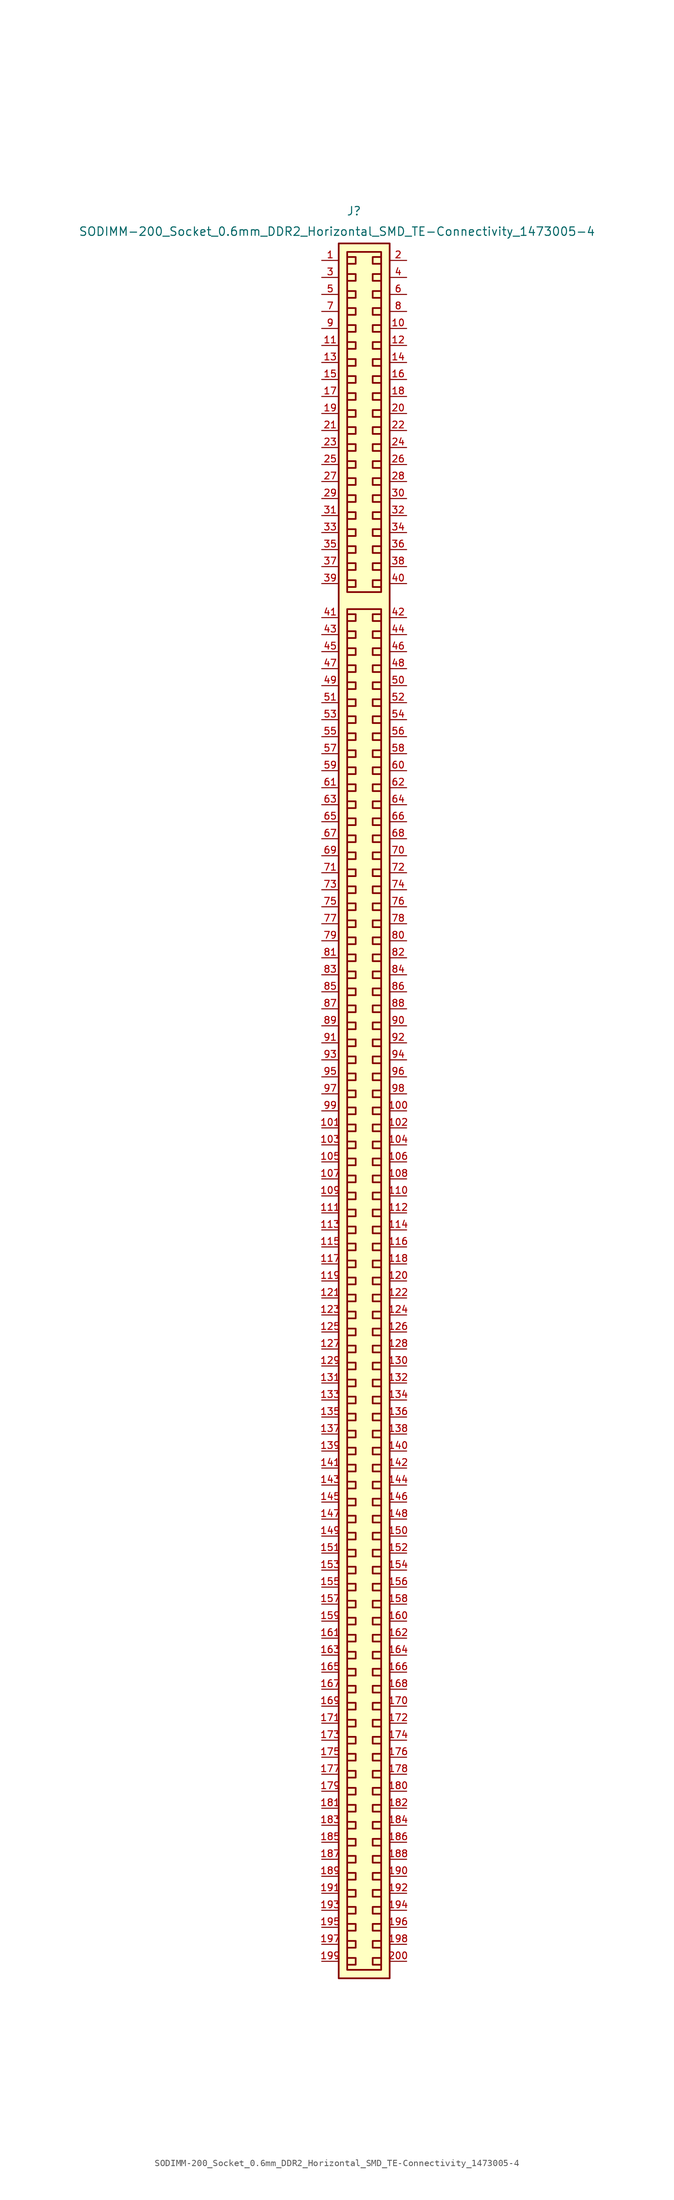
<source format=kicad_sym>
(kicad_symbol_lib
  (version 20211014)
  (generator kicad_symbol_editor)
  (symbol "SODIMM-200_Socket_0.6mm_DDR2_Horizontal_SMD_TE-Connectivity_1473005-4"
    (pin_names
      (offset 1.27) hide)
    (property "Reference" "J"
      (at -5.334 68.326 0)
      (effects (font (size 1.27 1.27))))
    (property "Value" "SODIMM-200_Socket_0.6mm_DDR2_Horizontal_SMD_TE-Connectivity_1473005-4"
      (at -7.874 65.278 0)
      (effects (font (size 1.27 1.27))))
    (symbol "SODIMM-200_Socket_0.6mm_DDR2_Horizontal_SMD_TE-Connectivity_1473005-4_1_1"
      (rectangle (start -6.35 8.89) (end -1.27 -194.31) (stroke (width 0.254) (type default) (color 0 0 0 0)) (fill (type none)))
      (rectangle (start -6.35 62.23) (end -1.27 11.43) (stroke (width 0.254) (type default) (color 0 0 0 0)) (fill (type none)))
      (rectangle (start 0 -195.58) (end -7.62 63.5) (stroke (width 0.254) (type default) (color 0 0 0 0)) (fill (type background)))
      (polyline (pts (xy -6.35 -192.532) (xy -5.08 -192.532) (xy -5.08 -193.548) (xy -6.35 -193.548)) (stroke (width 0.254) (type default) (color 0 0 0 0)) (fill (type none)))
      (polyline (pts (xy -6.35 -189.992) (xy -5.08 -189.992) (xy -5.08 -191.008) (xy -6.35 -191.008)) (stroke (width 0.254) (type default) (color 0 0 0 0)) (fill (type none)))
      (polyline (pts (xy -6.35 -187.452) (xy -5.08 -187.452) (xy -5.08 -188.468) (xy -6.35 -188.468)) (stroke (width 0.254) (type default) (color 0 0 0 0)) (fill (type none)))
      (polyline (pts (xy -6.35 -184.912) (xy -5.08 -184.912) (xy -5.08 -185.928) (xy -6.35 -185.928)) (stroke (width 0.254) (type default) (color 0 0 0 0)) (fill (type none)))
      (polyline (pts (xy -6.35 -182.372) (xy -5.08 -182.372) (xy -5.08 -183.388) (xy -6.35 -183.388)) (stroke (width 0.254) (type default) (color 0 0 0 0)) (fill (type none)))
      (polyline (pts (xy -6.35 -179.832) (xy -5.08 -179.832) (xy -5.08 -180.848) (xy -6.35 -180.848)) (stroke (width 0.254) (type default) (color 0 0 0 0)) (fill (type none)))
      (polyline (pts (xy -6.35 -177.292) (xy -5.08 -177.292) (xy -5.08 -178.308) (xy -6.35 -178.308)) (stroke (width 0.254) (type default) (color 0 0 0 0)) (fill (type none)))
      (polyline (pts (xy -6.35 -174.752) (xy -5.08 -174.752) (xy -5.08 -175.768) (xy -6.35 -175.768)) (stroke (width 0.254) (type default) (color 0 0 0 0)) (fill (type none)))
      (polyline (pts (xy -6.35 -172.212) (xy -5.08 -172.212) (xy -5.08 -173.228) (xy -6.35 -173.228)) (stroke (width 0.254) (type default) (color 0 0 0 0)) (fill (type none)))
      (polyline (pts (xy -6.35 -169.672) (xy -5.08 -169.672) (xy -5.08 -170.688) (xy -6.35 -170.688)) (stroke (width 0.254) (type default) (color 0 0 0 0)) (fill (type none)))
      (polyline (pts (xy -6.35 -167.132) (xy -5.08 -167.132) (xy -5.08 -168.148) (xy -6.35 -168.148)) (stroke (width 0.254) (type default) (color 0 0 0 0)) (fill (type none)))
      (polyline (pts (xy -6.35 -164.592) (xy -5.08 -164.592) (xy -5.08 -165.608) (xy -6.35 -165.608)) (stroke (width 0.254) (type default) (color 0 0 0 0)) (fill (type none)))
      (polyline (pts (xy -6.35 -162.052) (xy -5.08 -162.052) (xy -5.08 -163.068) (xy -6.35 -163.068)) (stroke (width 0.254) (type default) (color 0 0 0 0)) (fill (type none)))
      (polyline (pts (xy -6.35 -159.512) (xy -5.08 -159.512) (xy -5.08 -160.528) (xy -6.35 -160.528)) (stroke (width 0.254) (type default) (color 0 0 0 0)) (fill (type none)))
      (polyline (pts (xy -6.35 -156.972) (xy -5.08 -156.972) (xy -5.08 -157.988) (xy -6.35 -157.988)) (stroke (width 0.254) (type default) (color 0 0 0 0)) (fill (type none)))
      (polyline (pts (xy -6.35 -154.432) (xy -5.08 -154.432) (xy -5.08 -155.448) (xy -6.35 -155.448)) (stroke (width 0.254) (type default) (color 0 0 0 0)) (fill (type none)))
      (polyline (pts (xy -6.35 -151.892) (xy -5.08 -151.892) (xy -5.08 -152.908) (xy -6.35 -152.908)) (stroke (width 0.254) (type default) (color 0 0 0 0)) (fill (type none)))
      (polyline (pts (xy -6.35 -149.352) (xy -5.08 -149.352) (xy -5.08 -150.368) (xy -6.35 -150.368)) (stroke (width 0.254) (type default) (color 0 0 0 0)) (fill (type none)))
      (polyline (pts (xy -6.35 -146.812) (xy -5.08 -146.812) (xy -5.08 -147.828) (xy -6.35 -147.828)) (stroke (width 0.254) (type default) (color 0 0 0 0)) (fill (type none)))
      (polyline (pts (xy -6.35 -144.272) (xy -5.08 -144.272) (xy -5.08 -145.288) (xy -6.35 -145.288)) (stroke (width 0.254) (type default) (color 0 0 0 0)) (fill (type none)))
      (polyline (pts (xy -6.35 -141.732) (xy -5.08 -141.732) (xy -5.08 -142.748) (xy -6.35 -142.748)) (stroke (width 0.254) (type default) (color 0 0 0 0)) (fill (type none)))
      (polyline (pts (xy -6.35 -139.192) (xy -5.08 -139.192) (xy -5.08 -140.208) (xy -6.35 -140.208)) (stroke (width 0.254) (type default) (color 0 0 0 0)) (fill (type none)))
      (polyline (pts (xy -6.35 -136.652) (xy -5.08 -136.652) (xy -5.08 -137.668) (xy -6.35 -137.668)) (stroke (width 0.254) (type default) (color 0 0 0 0)) (fill (type none)))
      (polyline (pts (xy -6.35 -134.112) (xy -5.08 -134.112) (xy -5.08 -135.128) (xy -6.35 -135.128)) (stroke (width 0.254) (type default) (color 0 0 0 0)) (fill (type none)))
      (polyline (pts (xy -6.35 -131.572) (xy -5.08 -131.572) (xy -5.08 -132.588) (xy -6.35 -132.588)) (stroke (width 0.254) (type default) (color 0 0 0 0)) (fill (type none)))
      (polyline (pts (xy -6.35 -129.032) (xy -5.08 -129.032) (xy -5.08 -130.048) (xy -6.35 -130.048)) (stroke (width 0.254) (type default) (color 0 0 0 0)) (fill (type none)))
      (polyline (pts (xy -6.35 -126.492) (xy -5.08 -126.492) (xy -5.08 -127.508) (xy -6.35 -127.508)) (stroke (width 0.254) (type default) (color 0 0 0 0)) (fill (type none)))
      (polyline (pts (xy -6.35 -123.952) (xy -5.08 -123.952) (xy -5.08 -124.968) (xy -6.35 -124.968)) (stroke (width 0.254) (type default) (color 0 0 0 0)) (fill (type none)))
      (polyline (pts (xy -6.35 -121.412) (xy -5.08 -121.412) (xy -5.08 -122.428) (xy -6.35 -122.428)) (stroke (width 0.254) (type default) (color 0 0 0 0)) (fill (type none)))
      (polyline (pts (xy -6.35 -118.872) (xy -5.08 -118.872) (xy -5.08 -119.888) (xy -6.35 -119.888)) (stroke (width 0.254) (type default) (color 0 0 0 0)) (fill (type none)))
      (polyline (pts (xy -6.35 -116.332) (xy -5.08 -116.332) (xy -5.08 -117.348) (xy -6.35 -117.348)) (stroke (width 0.254) (type default) (color 0 0 0 0)) (fill (type none)))
      (polyline (pts (xy -6.35 -113.792) (xy -5.08 -113.792) (xy -5.08 -114.808) (xy -6.35 -114.808)) (stroke (width 0.254) (type default) (color 0 0 0 0)) (fill (type none)))
      (polyline (pts (xy -6.35 -111.252) (xy -5.08 -111.252) (xy -5.08 -112.268) (xy -6.35 -112.268)) (stroke (width 0.254) (type default) (color 0 0 0 0)) (fill (type none)))
      (polyline (pts (xy -6.35 -108.712) (xy -5.08 -108.712) (xy -5.08 -109.728) (xy -6.35 -109.728)) (stroke (width 0.254) (type default) (color 0 0 0 0)) (fill (type none)))
      (polyline (pts (xy -6.35 -106.172) (xy -5.08 -106.172) (xy -5.08 -107.188) (xy -6.35 -107.188)) (stroke (width 0.254) (type default) (color 0 0 0 0)) (fill (type none)))
      (polyline (pts (xy -6.35 -103.632) (xy -5.08 -103.632) (xy -5.08 -104.648) (xy -6.35 -104.648)) (stroke (width 0.254) (type default) (color 0 0 0 0)) (fill (type none)))
      (polyline (pts (xy -6.35 -101.092) (xy -5.08 -101.092) (xy -5.08 -102.108) (xy -6.35 -102.108)) (stroke (width 0.254) (type default) (color 0 0 0 0)) (fill (type none)))
      (polyline (pts (xy -6.35 -98.552) (xy -5.08 -98.552) (xy -5.08 -99.568) (xy -6.35 -99.568)) (stroke (width 0.254) (type default) (color 0 0 0 0)) (fill (type none)))
      (polyline (pts (xy -6.35 -96.012) (xy -5.08 -96.012) (xy -5.08 -97.028) (xy -6.35 -97.028)) (stroke (width 0.254) (type default) (color 0 0 0 0)) (fill (type none)))
      (polyline (pts (xy -6.35 -93.472) (xy -5.08 -93.472) (xy -5.08 -94.488) (xy -6.35 -94.488)) (stroke (width 0.254) (type default) (color 0 0 0 0)) (fill (type none)))
      (polyline (pts (xy -6.35 -90.932) (xy -5.08 -90.932) (xy -5.08 -91.948) (xy -6.35 -91.948)) (stroke (width 0.254) (type default) (color 0 0 0 0)) (fill (type none)))
      (polyline (pts (xy -6.35 -88.392) (xy -5.08 -88.392) (xy -5.08 -89.408) (xy -6.35 -89.408)) (stroke (width 0.254) (type default) (color 0 0 0 0)) (fill (type none)))
      (polyline (pts (xy -6.35 -85.852) (xy -5.08 -85.852) (xy -5.08 -86.868) (xy -6.35 -86.868)) (stroke (width 0.254) (type default) (color 0 0 0 0)) (fill (type none)))
      (polyline (pts (xy -6.35 -83.312) (xy -5.08 -83.312) (xy -5.08 -84.328) (xy -6.35 -84.328)) (stroke (width 0.254) (type default) (color 0 0 0 0)) (fill (type none)))
      (polyline (pts (xy -6.35 -80.772) (xy -5.08 -80.772) (xy -5.08 -81.788) (xy -6.35 -81.788)) (stroke (width 0.254) (type default) (color 0 0 0 0)) (fill (type none)))
      (polyline (pts (xy -6.35 -78.232) (xy -5.08 -78.232) (xy -5.08 -79.248) (xy -6.35 -79.248)) (stroke (width 0.254) (type default) (color 0 0 0 0)) (fill (type none)))
      (polyline (pts (xy -6.35 -75.692) (xy -5.08 -75.692) (xy -5.08 -76.708) (xy -6.35 -76.708)) (stroke (width 0.254) (type default) (color 0 0 0 0)) (fill (type none)))
      (polyline (pts (xy -6.35 -73.152) (xy -5.08 -73.152) (xy -5.08 -74.168) (xy -6.35 -74.168)) (stroke (width 0.254) (type default) (color 0 0 0 0)) (fill (type none)))
      (polyline (pts (xy -6.35 -70.612) (xy -5.08 -70.612) (xy -5.08 -71.628) (xy -6.35 -71.628)) (stroke (width 0.254) (type default) (color 0 0 0 0)) (fill (type none)))
      (polyline (pts (xy -6.35 -68.072) (xy -5.08 -68.072) (xy -5.08 -69.088) (xy -6.35 -69.088)) (stroke (width 0.254) (type default) (color 0 0 0 0)) (fill (type none)))
      (polyline (pts (xy -6.35 -65.532) (xy -5.08 -65.532) (xy -5.08 -66.548) (xy -6.35 -66.548)) (stroke (width 0.254) (type default) (color 0 0 0 0)) (fill (type none)))
      (polyline (pts (xy -6.35 -62.992) (xy -5.08 -62.992) (xy -5.08 -64.008) (xy -6.35 -64.008)) (stroke (width 0.254) (type default) (color 0 0 0 0)) (fill (type none)))
      (polyline (pts (xy -6.35 -60.452) (xy -5.08 -60.452) (xy -5.08 -61.468) (xy -6.35 -61.468)) (stroke (width 0.254) (type default) (color 0 0 0 0)) (fill (type none)))
      (polyline (pts (xy -6.35 -57.912) (xy -5.08 -57.912) (xy -5.08 -58.928) (xy -6.35 -58.928)) (stroke (width 0.254) (type default) (color 0 0 0 0)) (fill (type none)))
      (polyline (pts (xy -6.35 -55.372) (xy -5.08 -55.372) (xy -5.08 -56.388) (xy -6.35 -56.388)) (stroke (width 0.254) (type default) (color 0 0 0 0)) (fill (type none)))
      (polyline (pts (xy -6.35 -52.832) (xy -5.08 -52.832) (xy -5.08 -53.848) (xy -6.35 -53.848)) (stroke (width 0.254) (type default) (color 0 0 0 0)) (fill (type none)))
      (polyline (pts (xy -6.35 -50.292) (xy -5.08 -50.292) (xy -5.08 -51.308) (xy -6.35 -51.308)) (stroke (width 0.254) (type default) (color 0 0 0 0)) (fill (type none)))
      (polyline (pts (xy -6.35 -47.752) (xy -5.08 -47.752) (xy -5.08 -48.768) (xy -6.35 -48.768)) (stroke (width 0.254) (type default) (color 0 0 0 0)) (fill (type none)))
      (polyline (pts (xy -6.35 -45.212) (xy -5.08 -45.212) (xy -5.08 -46.228) (xy -6.35 -46.228)) (stroke (width 0.254) (type default) (color 0 0 0 0)) (fill (type none)))
      (polyline (pts (xy -6.35 -42.672) (xy -5.08 -42.672) (xy -5.08 -43.688) (xy -6.35 -43.688)) (stroke (width 0.254) (type default) (color 0 0 0 0)) (fill (type none)))
      (polyline (pts (xy -6.35 -40.132) (xy -5.08 -40.132) (xy -5.08 -41.148) (xy -6.35 -41.148)) (stroke (width 0.254) (type default) (color 0 0 0 0)) (fill (type none)))
      (polyline (pts (xy -6.35 -37.592) (xy -5.08 -37.592) (xy -5.08 -38.608) (xy -6.35 -38.608)) (stroke (width 0.254) (type default) (color 0 0 0 0)) (fill (type none)))
      (polyline (pts (xy -6.35 -35.052) (xy -5.08 -35.052) (xy -5.08 -36.068) (xy -6.35 -36.068)) (stroke (width 0.254) (type default) (color 0 0 0 0)) (fill (type none)))
      (polyline (pts (xy -6.35 -32.512) (xy -5.08 -32.512) (xy -5.08 -33.528) (xy -6.35 -33.528)) (stroke (width 0.254) (type default) (color 0 0 0 0)) (fill (type none)))
      (polyline (pts (xy -6.35 -29.972) (xy -5.08 -29.972) (xy -5.08 -30.988) (xy -6.35 -30.988)) (stroke (width 0.254) (type default) (color 0 0 0 0)) (fill (type none)))
      (polyline (pts (xy -6.35 -27.432) (xy -5.08 -27.432) (xy -5.08 -28.448) (xy -6.35 -28.448)) (stroke (width 0.254) (type default) (color 0 0 0 0)) (fill (type none)))
      (polyline (pts (xy -6.35 -24.892) (xy -5.08 -24.892) (xy -5.08 -25.908) (xy -6.35 -25.908)) (stroke (width 0.254) (type default) (color 0 0 0 0)) (fill (type none)))
      (polyline (pts (xy -6.35 -22.352) (xy -5.08 -22.352) (xy -5.08 -23.368) (xy -6.35 -23.368)) (stroke (width 0.254) (type default) (color 0 0 0 0)) (fill (type none)))
      (polyline (pts (xy -6.35 -19.812) (xy -5.08 -19.812) (xy -5.08 -20.828) (xy -6.35 -20.828)) (stroke (width 0.254) (type default) (color 0 0 0 0)) (fill (type none)))
      (polyline (pts (xy -6.35 -17.272) (xy -5.08 -17.272) (xy -5.08 -18.288) (xy -6.35 -18.288)) (stroke (width 0.254) (type default) (color 0 0 0 0)) (fill (type none)))
      (polyline (pts (xy -6.35 -14.732) (xy -5.08 -14.732) (xy -5.08 -15.748) (xy -6.35 -15.748)) (stroke (width 0.254) (type default) (color 0 0 0 0)) (fill (type none)))
      (polyline (pts (xy -6.35 -12.192) (xy -5.08 -12.192) (xy -5.08 -13.208) (xy -6.35 -13.208)) (stroke (width 0.254) (type default) (color 0 0 0 0)) (fill (type none)))
      (polyline (pts (xy -6.35 -9.652) (xy -5.08 -9.652) (xy -5.08 -10.668) (xy -6.35 -10.668)) (stroke (width 0.254) (type default) (color 0 0 0 0)) (fill (type none)))
      (polyline (pts (xy -6.35 -7.112) (xy -5.08 -7.112) (xy -5.08 -8.128) (xy -6.35 -8.128)) (stroke (width 0.254) (type default) (color 0 0 0 0)) (fill (type none)))
      (polyline (pts (xy -6.35 -4.572) (xy -5.08 -4.572) (xy -5.08 -5.588) (xy -6.35 -5.588)) (stroke (width 0.254) (type default) (color 0 0 0 0)) (fill (type none)))
      (polyline (pts (xy -6.35 -2.032) (xy -5.08 -2.032) (xy -5.08 -3.048) (xy -6.35 -3.048)) (stroke (width 0.254) (type default) (color 0 0 0 0)) (fill (type none)))
      (polyline (pts (xy -6.35 0.508) (xy -5.08 0.508) (xy -5.08 -0.508) (xy -6.35 -0.508)) (stroke (width 0.254) (type default) (color 0 0 0 0)) (fill (type none)))
      (polyline (pts (xy -6.35 3.048) (xy -5.08 3.048) (xy -5.08 2.032) (xy -6.35 2.032)) (stroke (width 0.254) (type default) (color 0 0 0 0)) (fill (type none)))
      (polyline (pts (xy -6.35 5.588) (xy -5.08 5.588) (xy -5.08 4.572) (xy -6.35 4.572)) (stroke (width 0.254) (type default) (color 0 0 0 0)) (fill (type none)))
      (polyline (pts (xy -6.35 8.128) (xy -5.08 8.128) (xy -5.08 7.112) (xy -6.35 7.112)) (stroke (width 0.254) (type default) (color 0 0 0 0)) (fill (type none)))
      (polyline (pts (xy -6.35 13.208) (xy -5.08 13.208) (xy -5.08 12.192) (xy -6.35 12.192)) (stroke (width 0.254) (type default) (color 0 0 0 0)) (fill (type none)))
      (polyline (pts (xy -6.35 15.748) (xy -5.08 15.748) (xy -5.08 14.732) (xy -6.35 14.732)) (stroke (width 0.254) (type default) (color 0 0 0 0)) (fill (type none)))
      (polyline (pts (xy -6.35 18.288) (xy -5.08 18.288) (xy -5.08 17.272) (xy -6.35 17.272)) (stroke (width 0.254) (type default) (color 0 0 0 0)) (fill (type none)))
      (polyline (pts (xy -6.35 20.828) (xy -5.08 20.828) (xy -5.08 19.812) (xy -6.35 19.812)) (stroke (width 0.254) (type default) (color 0 0 0 0)) (fill (type none)))
      (polyline (pts (xy -6.35 23.368) (xy -5.08 23.368) (xy -5.08 22.352) (xy -6.35 22.352)) (stroke (width 0.254) (type default) (color 0 0 0 0)) (fill (type none)))
      (polyline (pts (xy -6.35 25.908) (xy -5.08 25.908) (xy -5.08 24.892) (xy -6.35 24.892)) (stroke (width 0.254) (type default) (color 0 0 0 0)) (fill (type none)))
      (polyline (pts (xy -6.35 28.448) (xy -5.08 28.448) (xy -5.08 27.432) (xy -6.35 27.432)) (stroke (width 0.254) (type default) (color 0 0 0 0)) (fill (type none)))
      (polyline (pts (xy -6.35 30.988) (xy -5.08 30.988) (xy -5.08 29.972) (xy -6.35 29.972)) (stroke (width 0.254) (type default) (color 0 0 0 0)) (fill (type none)))
      (polyline (pts (xy -6.35 33.528) (xy -5.08 33.528) (xy -5.08 32.512) (xy -6.35 32.512)) (stroke (width 0.254) (type default) (color 0 0 0 0)) (fill (type none)))
      (polyline (pts (xy -6.35 36.068) (xy -5.08 36.068) (xy -5.08 35.052) (xy -6.35 35.052)) (stroke (width 0.254) (type default) (color 0 0 0 0)) (fill (type none)))
      (polyline (pts (xy -6.35 38.608) (xy -5.08 38.608) (xy -5.08 37.592) (xy -6.35 37.592)) (stroke (width 0.254) (type default) (color 0 0 0 0)) (fill (type none)))
      (polyline (pts (xy -6.35 41.148) (xy -5.08 41.148) (xy -5.08 40.132) (xy -6.35 40.132)) (stroke (width 0.254) (type default) (color 0 0 0 0)) (fill (type none)))
      (polyline (pts (xy -6.35 43.688) (xy -5.08 43.688) (xy -5.08 42.672) (xy -6.35 42.672)) (stroke (width 0.254) (type default) (color 0 0 0 0)) (fill (type none)))
      (polyline (pts (xy -6.35 46.228) (xy -5.08 46.228) (xy -5.08 45.212) (xy -6.35 45.212)) (stroke (width 0.254) (type default) (color 0 0 0 0)) (fill (type none)))
      (polyline (pts (xy -6.35 48.768) (xy -5.08 48.768) (xy -5.08 47.752) (xy -6.35 47.752)) (stroke (width 0.254) (type default) (color 0 0 0 0)) (fill (type none)))
      (polyline (pts (xy -6.35 51.308) (xy -5.08 51.308) (xy -5.08 50.292) (xy -6.35 50.292)) (stroke (width 0.254) (type default) (color 0 0 0 0)) (fill (type none)))
      (polyline (pts (xy -6.35 53.848) (xy -5.08 53.848) (xy -5.08 52.832) (xy -6.35 52.832)) (stroke (width 0.254) (type default) (color 0 0 0 0)) (fill (type none)))
      (polyline (pts (xy -6.35 56.388) (xy -5.08 56.388) (xy -5.08 55.372) (xy -6.35 55.372)) (stroke (width 0.254) (type default) (color 0 0 0 0)) (fill (type none)))
      (polyline (pts (xy -6.35 58.928) (xy -5.08 58.928) (xy -5.08 57.912) (xy -6.35 57.912)) (stroke (width 0.254) (type default) (color 0 0 0 0)) (fill (type none)))
      (polyline (pts (xy -6.35 61.468) (xy -5.08 61.468) (xy -5.08 60.452) (xy -6.35 60.452)) (stroke (width 0.254) (type default) (color 0 0 0 0)) (fill (type none)))
      (polyline (pts (xy -1.27 -192.532) (xy -2.54 -192.532) (xy -2.54 -193.548) (xy -1.27 -193.548)) (stroke (width 0.254) (type default) (color 0 0 0 0)) (fill (type none)))
      (polyline (pts (xy -1.27 -189.992) (xy -2.54 -189.992) (xy -2.54 -191.008) (xy -1.27 -191.008)) (stroke (width 0.254) (type default) (color 0 0 0 0)) (fill (type none)))
      (polyline (pts (xy -1.27 -187.452) (xy -2.54 -187.452) (xy -2.54 -188.468) (xy -1.27 -188.468)) (stroke (width 0.254) (type default) (color 0 0 0 0)) (fill (type none)))
      (polyline (pts (xy -1.27 -184.912) (xy -2.54 -184.912) (xy -2.54 -185.928) (xy -1.27 -185.928)) (stroke (width 0.254) (type default) (color 0 0 0 0)) (fill (type none)))
      (polyline (pts (xy -1.27 -182.372) (xy -2.54 -182.372) (xy -2.54 -183.388) (xy -1.27 -183.388)) (stroke (width 0.254) (type default) (color 0 0 0 0)) (fill (type none)))
      (polyline (pts (xy -1.27 -179.832) (xy -2.54 -179.832) (xy -2.54 -180.848) (xy -1.27 -180.848)) (stroke (width 0.254) (type default) (color 0 0 0 0)) (fill (type none)))
      (polyline (pts (xy -1.27 -177.292) (xy -2.54 -177.292) (xy -2.54 -178.308) (xy -1.27 -178.308)) (stroke (width 0.254) (type default) (color 0 0 0 0)) (fill (type none)))
      (polyline (pts (xy -1.27 -174.752) (xy -2.54 -174.752) (xy -2.54 -175.768) (xy -1.27 -175.768)) (stroke (width 0.254) (type default) (color 0 0 0 0)) (fill (type none)))
      (polyline (pts (xy -1.27 -172.212) (xy -2.54 -172.212) (xy -2.54 -173.228) (xy -1.27 -173.228)) (stroke (width 0.254) (type default) (color 0 0 0 0)) (fill (type none)))
      (polyline (pts (xy -1.27 -169.672) (xy -2.54 -169.672) (xy -2.54 -170.688) (xy -1.27 -170.688)) (stroke (width 0.254) (type default) (color 0 0 0 0)) (fill (type none)))
      (polyline (pts (xy -1.27 -167.132) (xy -2.54 -167.132) (xy -2.54 -168.148) (xy -1.27 -168.148)) (stroke (width 0.254) (type default) (color 0 0 0 0)) (fill (type none)))
      (polyline (pts (xy -1.27 -164.592) (xy -2.54 -164.592) (xy -2.54 -165.608) (xy -1.27 -165.608)) (stroke (width 0.254) (type default) (color 0 0 0 0)) (fill (type none)))
      (polyline (pts (xy -1.27 -162.052) (xy -2.54 -162.052) (xy -2.54 -163.068) (xy -1.27 -163.068)) (stroke (width 0.254) (type default) (color 0 0 0 0)) (fill (type none)))
      (polyline (pts (xy -1.27 -159.512) (xy -2.54 -159.512) (xy -2.54 -160.528) (xy -1.27 -160.528)) (stroke (width 0.254) (type default) (color 0 0 0 0)) (fill (type none)))
      (polyline (pts (xy -1.27 -156.972) (xy -2.54 -156.972) (xy -2.54 -157.988) (xy -1.27 -157.988)) (stroke (width 0.254) (type default) (color 0 0 0 0)) (fill (type none)))
      (polyline (pts (xy -1.27 -154.432) (xy -2.54 -154.432) (xy -2.54 -155.448) (xy -1.27 -155.448)) (stroke (width 0.254) (type default) (color 0 0 0 0)) (fill (type none)))
      (polyline (pts (xy -1.27 -151.892) (xy -2.54 -151.892) (xy -2.54 -152.908) (xy -1.27 -152.908)) (stroke (width 0.254) (type default) (color 0 0 0 0)) (fill (type none)))
      (polyline (pts (xy -1.27 -149.352) (xy -2.54 -149.352) (xy -2.54 -150.368) (xy -1.27 -150.368)) (stroke (width 0.254) (type default) (color 0 0 0 0)) (fill (type none)))
      (polyline (pts (xy -1.27 -146.812) (xy -2.54 -146.812) (xy -2.54 -147.828) (xy -1.27 -147.828)) (stroke (width 0.254) (type default) (color 0 0 0 0)) (fill (type none)))
      (polyline (pts (xy -1.27 -144.272) (xy -2.54 -144.272) (xy -2.54 -145.288) (xy -1.27 -145.288)) (stroke (width 0.254) (type default) (color 0 0 0 0)) (fill (type none)))
      (polyline (pts (xy -1.27 -141.732) (xy -2.54 -141.732) (xy -2.54 -142.748) (xy -1.27 -142.748)) (stroke (width 0.254) (type default) (color 0 0 0 0)) (fill (type none)))
      (polyline (pts (xy -1.27 -139.192) (xy -2.54 -139.192) (xy -2.54 -140.208) (xy -1.27 -140.208)) (stroke (width 0.254) (type default) (color 0 0 0 0)) (fill (type none)))
      (polyline (pts (xy -1.27 -136.652) (xy -2.54 -136.652) (xy -2.54 -137.668) (xy -1.27 -137.668)) (stroke (width 0.254) (type default) (color 0 0 0 0)) (fill (type none)))
      (polyline (pts (xy -1.27 -134.112) (xy -2.54 -134.112) (xy -2.54 -135.128) (xy -1.27 -135.128)) (stroke (width 0.254) (type default) (color 0 0 0 0)) (fill (type none)))
      (polyline (pts (xy -1.27 -131.572) (xy -2.54 -131.572) (xy -2.54 -132.588) (xy -1.27 -132.588)) (stroke (width 0.254) (type default) (color 0 0 0 0)) (fill (type none)))
      (polyline (pts (xy -1.27 -129.032) (xy -2.54 -129.032) (xy -2.54 -130.048) (xy -1.27 -130.048)) (stroke (width 0.254) (type default) (color 0 0 0 0)) (fill (type none)))
      (polyline (pts (xy -1.27 -126.492) (xy -2.54 -126.492) (xy -2.54 -127.508) (xy -1.27 -127.508)) (stroke (width 0.254) (type default) (color 0 0 0 0)) (fill (type none)))
      (polyline (pts (xy -1.27 -123.952) (xy -2.54 -123.952) (xy -2.54 -124.968) (xy -1.27 -124.968)) (stroke (width 0.254) (type default) (color 0 0 0 0)) (fill (type none)))
      (polyline (pts (xy -1.27 -121.412) (xy -2.54 -121.412) (xy -2.54 -122.428) (xy -1.27 -122.428)) (stroke (width 0.254) (type default) (color 0 0 0 0)) (fill (type none)))
      (polyline (pts (xy -1.27 -118.872) (xy -2.54 -118.872) (xy -2.54 -119.888) (xy -1.27 -119.888)) (stroke (width 0.254) (type default) (color 0 0 0 0)) (fill (type none)))
      (polyline (pts (xy -1.27 -116.332) (xy -2.54 -116.332) (xy -2.54 -117.348) (xy -1.27 -117.348)) (stroke (width 0.254) (type default) (color 0 0 0 0)) (fill (type none)))
      (polyline (pts (xy -1.27 -113.792) (xy -2.54 -113.792) (xy -2.54 -114.808) (xy -1.27 -114.808)) (stroke (width 0.254) (type default) (color 0 0 0 0)) (fill (type none)))
      (polyline (pts (xy -1.27 -111.252) (xy -2.54 -111.252) (xy -2.54 -112.268) (xy -1.27 -112.268)) (stroke (width 0.254) (type default) (color 0 0 0 0)) (fill (type none)))
      (polyline (pts (xy -1.27 -108.712) (xy -2.54 -108.712) (xy -2.54 -109.728) (xy -1.27 -109.728)) (stroke (width 0.254) (type default) (color 0 0 0 0)) (fill (type none)))
      (polyline (pts (xy -1.27 -106.172) (xy -2.54 -106.172) (xy -2.54 -107.188) (xy -1.27 -107.188)) (stroke (width 0.254) (type default) (color 0 0 0 0)) (fill (type none)))
      (polyline (pts (xy -1.27 -103.632) (xy -2.54 -103.632) (xy -2.54 -104.648) (xy -1.27 -104.648)) (stroke (width 0.254) (type default) (color 0 0 0 0)) (fill (type none)))
      (polyline (pts (xy -1.27 -101.092) (xy -2.54 -101.092) (xy -2.54 -102.108) (xy -1.27 -102.108)) (stroke (width 0.254) (type default) (color 0 0 0 0)) (fill (type none)))
      (polyline (pts (xy -1.27 -98.552) (xy -2.54 -98.552) (xy -2.54 -99.568) (xy -1.27 -99.568)) (stroke (width 0.254) (type default) (color 0 0 0 0)) (fill (type none)))
      (polyline (pts (xy -1.27 -96.012) (xy -2.54 -96.012) (xy -2.54 -97.028) (xy -1.27 -97.028)) (stroke (width 0.254) (type default) (color 0 0 0 0)) (fill (type none)))
      (polyline (pts (xy -1.27 -93.472) (xy -2.54 -93.472) (xy -2.54 -94.488) (xy -1.27 -94.488)) (stroke (width 0.254) (type default) (color 0 0 0 0)) (fill (type none)))
      (polyline (pts (xy -1.27 -90.932) (xy -2.54 -90.932) (xy -2.54 -91.948) (xy -1.27 -91.948)) (stroke (width 0.254) (type default) (color 0 0 0 0)) (fill (type none)))
      (polyline (pts (xy -1.27 -88.392) (xy -2.54 -88.392) (xy -2.54 -89.408) (xy -1.27 -89.408)) (stroke (width 0.254) (type default) (color 0 0 0 0)) (fill (type none)))
      (polyline (pts (xy -1.27 -85.852) (xy -2.54 -85.852) (xy -2.54 -86.868) (xy -1.27 -86.868)) (stroke (width 0.254) (type default) (color 0 0 0 0)) (fill (type none)))
      (polyline (pts (xy -1.27 -83.312) (xy -2.54 -83.312) (xy -2.54 -84.328) (xy -1.27 -84.328)) (stroke (width 0.254) (type default) (color 0 0 0 0)) (fill (type none)))
      (polyline (pts (xy -1.27 -80.772) (xy -2.54 -80.772) (xy -2.54 -81.788) (xy -1.27 -81.788)) (stroke (width 0.254) (type default) (color 0 0 0 0)) (fill (type none)))
      (polyline (pts (xy -1.27 -78.232) (xy -2.54 -78.232) (xy -2.54 -79.248) (xy -1.27 -79.248)) (stroke (width 0.254) (type default) (color 0 0 0 0)) (fill (type none)))
      (polyline (pts (xy -1.27 -75.692) (xy -2.54 -75.692) (xy -2.54 -76.708) (xy -1.27 -76.708)) (stroke (width 0.254) (type default) (color 0 0 0 0)) (fill (type none)))
      (polyline (pts (xy -1.27 -73.152) (xy -2.54 -73.152) (xy -2.54 -74.168) (xy -1.27 -74.168)) (stroke (width 0.254) (type default) (color 0 0 0 0)) (fill (type none)))
      (polyline (pts (xy -1.27 -70.612) (xy -2.54 -70.612) (xy -2.54 -71.628) (xy -1.27 -71.628)) (stroke (width 0.254) (type default) (color 0 0 0 0)) (fill (type none)))
      (polyline (pts (xy -1.27 -68.072) (xy -2.54 -68.072) (xy -2.54 -69.088) (xy -1.27 -69.088)) (stroke (width 0.254) (type default) (color 0 0 0 0)) (fill (type none)))
      (polyline (pts (xy -1.27 -65.532) (xy -2.54 -65.532) (xy -2.54 -66.548) (xy -1.27 -66.548)) (stroke (width 0.254) (type default) (color 0 0 0 0)) (fill (type none)))
      (polyline (pts (xy -1.27 -62.992) (xy -2.54 -62.992) (xy -2.54 -64.008) (xy -1.27 -64.008)) (stroke (width 0.254) (type default) (color 0 0 0 0)) (fill (type none)))
      (polyline (pts (xy -1.27 -60.452) (xy -2.54 -60.452) (xy -2.54 -61.468) (xy -1.27 -61.468)) (stroke (width 0.254) (type default) (color 0 0 0 0)) (fill (type none)))
      (polyline (pts (xy -1.27 -57.912) (xy -2.54 -57.912) (xy -2.54 -58.928) (xy -1.27 -58.928)) (stroke (width 0.254) (type default) (color 0 0 0 0)) (fill (type none)))
      (polyline (pts (xy -1.27 -55.372) (xy -2.54 -55.372) (xy -2.54 -56.388) (xy -1.27 -56.388)) (stroke (width 0.254) (type default) (color 0 0 0 0)) (fill (type none)))
      (polyline (pts (xy -1.27 -52.832) (xy -2.54 -52.832) (xy -2.54 -53.848) (xy -1.27 -53.848)) (stroke (width 0.254) (type default) (color 0 0 0 0)) (fill (type none)))
      (polyline (pts (xy -1.27 -50.292) (xy -2.54 -50.292) (xy -2.54 -51.308) (xy -1.27 -51.308)) (stroke (width 0.254) (type default) (color 0 0 0 0)) (fill (type none)))
      (polyline (pts (xy -1.27 -47.752) (xy -2.54 -47.752) (xy -2.54 -48.768) (xy -1.27 -48.768)) (stroke (width 0.254) (type default) (color 0 0 0 0)) (fill (type none)))
      (polyline (pts (xy -1.27 -45.212) (xy -2.54 -45.212) (xy -2.54 -46.228) (xy -1.27 -46.228)) (stroke (width 0.254) (type default) (color 0 0 0 0)) (fill (type none)))
      (polyline (pts (xy -1.27 -42.672) (xy -2.54 -42.672) (xy -2.54 -43.688) (xy -1.27 -43.688)) (stroke (width 0.254) (type default) (color 0 0 0 0)) (fill (type none)))
      (polyline (pts (xy -1.27 -40.132) (xy -2.54 -40.132) (xy -2.54 -41.148) (xy -1.27 -41.148)) (stroke (width 0.254) (type default) (color 0 0 0 0)) (fill (type none)))
      (polyline (pts (xy -1.27 -37.592) (xy -2.54 -37.592) (xy -2.54 -38.608) (xy -1.27 -38.608)) (stroke (width 0.254) (type default) (color 0 0 0 0)) (fill (type none)))
      (polyline (pts (xy -1.27 -35.052) (xy -2.54 -35.052) (xy -2.54 -36.068) (xy -1.27 -36.068)) (stroke (width 0.254) (type default) (color 0 0 0 0)) (fill (type none)))
      (polyline (pts (xy -1.27 -32.512) (xy -2.54 -32.512) (xy -2.54 -33.528) (xy -1.27 -33.528)) (stroke (width 0.254) (type default) (color 0 0 0 0)) (fill (type none)))
      (polyline (pts (xy -1.27 -29.972) (xy -2.54 -29.972) (xy -2.54 -30.988) (xy -1.27 -30.988)) (stroke (width 0.254) (type default) (color 0 0 0 0)) (fill (type none)))
      (polyline (pts (xy -1.27 -27.432) (xy -2.54 -27.432) (xy -2.54 -28.448) (xy -1.27 -28.448)) (stroke (width 0.254) (type default) (color 0 0 0 0)) (fill (type none)))
      (polyline (pts (xy -1.27 -24.892) (xy -2.54 -24.892) (xy -2.54 -25.908) (xy -1.27 -25.908)) (stroke (width 0.254) (type default) (color 0 0 0 0)) (fill (type none)))
      (polyline (pts (xy -1.27 -22.352) (xy -2.54 -22.352) (xy -2.54 -23.368) (xy -1.27 -23.368)) (stroke (width 0.254) (type default) (color 0 0 0 0)) (fill (type none)))
      (polyline (pts (xy -1.27 -19.812) (xy -2.54 -19.812) (xy -2.54 -20.828) (xy -1.27 -20.828)) (stroke (width 0.254) (type default) (color 0 0 0 0)) (fill (type none)))
      (polyline (pts (xy -1.27 -17.272) (xy -2.54 -17.272) (xy -2.54 -18.288) (xy -1.27 -18.288)) (stroke (width 0.254) (type default) (color 0 0 0 0)) (fill (type none)))
      (polyline (pts (xy -1.27 -14.732) (xy -2.54 -14.732) (xy -2.54 -15.748) (xy -1.27 -15.748)) (stroke (width 0.254) (type default) (color 0 0 0 0)) (fill (type none)))
      (polyline (pts (xy -1.27 -12.192) (xy -2.54 -12.192) (xy -2.54 -13.208) (xy -1.27 -13.208)) (stroke (width 0.254) (type default) (color 0 0 0 0)) (fill (type none)))
      (polyline (pts (xy -1.27 -9.652) (xy -2.54 -9.652) (xy -2.54 -10.668) (xy -1.27 -10.668)) (stroke (width 0.254) (type default) (color 0 0 0 0)) (fill (type none)))
      (polyline (pts (xy -1.27 -7.112) (xy -2.54 -7.112) (xy -2.54 -8.128) (xy -1.27 -8.128)) (stroke (width 0.254) (type default) (color 0 0 0 0)) (fill (type none)))
      (polyline (pts (xy -1.27 -4.572) (xy -2.54 -4.572) (xy -2.54 -5.588) (xy -1.27 -5.588)) (stroke (width 0.254) (type default) (color 0 0 0 0)) (fill (type none)))
      (polyline (pts (xy -1.27 -2.032) (xy -2.54 -2.032) (xy -2.54 -3.048) (xy -1.27 -3.048)) (stroke (width 0.254) (type default) (color 0 0 0 0)) (fill (type none)))
      (polyline (pts (xy -1.27 0.508) (xy -2.54 0.508) (xy -2.54 -0.508) (xy -1.27 -0.508)) (stroke (width 0.254) (type default) (color 0 0 0 0)) (fill (type none)))
      (polyline (pts (xy -1.27 3.048) (xy -2.54 3.048) (xy -2.54 2.032) (xy -1.27 2.032)) (stroke (width 0.254) (type default) (color 0 0 0 0)) (fill (type none)))
      (polyline (pts (xy -1.27 5.588) (xy -2.54 5.588) (xy -2.54 4.572) (xy -1.27 4.572)) (stroke (width 0.254) (type default) (color 0 0 0 0)) (fill (type none)))
      (polyline (pts (xy -1.27 8.128) (xy -2.54 8.128) (xy -2.54 7.112) (xy -1.27 7.112)) (stroke (width 0.254) (type default) (color 0 0 0 0)) (fill (type none)))
      (polyline (pts (xy -1.27 13.208) (xy -2.54 13.208) (xy -2.54 12.192) (xy -1.27 12.192)) (stroke (width 0.254) (type default) (color 0 0 0 0)) (fill (type none)))
      (polyline (pts (xy -1.27 15.748) (xy -2.54 15.748) (xy -2.54 14.732) (xy -1.27 14.732)) (stroke (width 0.254) (type default) (color 0 0 0 0)) (fill (type none)))
      (polyline (pts (xy -1.27 18.288) (xy -2.54 18.288) (xy -2.54 17.272) (xy -1.27 17.272)) (stroke (width 0.254) (type default) (color 0 0 0 0)) (fill (type none)))
      (polyline (pts (xy -1.27 20.828) (xy -2.54 20.828) (xy -2.54 19.812) (xy -1.27 19.812)) (stroke (width 0.254) (type default) (color 0 0 0 0)) (fill (type none)))
      (polyline (pts (xy -1.27 23.368) (xy -2.54 23.368) (xy -2.54 22.352) (xy -1.27 22.352)) (stroke (width 0.254) (type default) (color 0 0 0 0)) (fill (type none)))
      (polyline (pts (xy -1.27 25.908) (xy -2.54 25.908) (xy -2.54 24.892) (xy -1.27 24.892)) (stroke (width 0.254) (type default) (color 0 0 0 0)) (fill (type none)))
      (polyline (pts (xy -1.27 28.448) (xy -2.54 28.448) (xy -2.54 27.432) (xy -1.27 27.432)) (stroke (width 0.254) (type default) (color 0 0 0 0)) (fill (type none)))
      (polyline (pts (xy -1.27 30.988) (xy -2.54 30.988) (xy -2.54 29.972) (xy -1.27 29.972)) (stroke (width 0.254) (type default) (color 0 0 0 0)) (fill (type none)))
      (polyline (pts (xy -1.27 33.528) (xy -2.54 33.528) (xy -2.54 32.512) (xy -1.27 32.512)) (stroke (width 0.254) (type default) (color 0 0 0 0)) (fill (type none)))
      (polyline (pts (xy -1.27 36.068) (xy -2.54 36.068) (xy -2.54 35.052) (xy -1.27 35.052)) (stroke (width 0.254) (type default) (color 0 0 0 0)) (fill (type none)))
      (polyline (pts (xy -1.27 38.608) (xy -2.54 38.608) (xy -2.54 37.592) (xy -1.27 37.592)) (stroke (width 0.254) (type default) (color 0 0 0 0)) (fill (type none)))
      (polyline (pts (xy -1.27 41.148) (xy -2.54 41.148) (xy -2.54 40.132) (xy -1.27 40.132)) (stroke (width 0.254) (type default) (color 0 0 0 0)) (fill (type none)))
      (polyline (pts (xy -1.27 43.688) (xy -2.54 43.688) (xy -2.54 42.672) (xy -1.27 42.672)) (stroke (width 0.254) (type default) (color 0 0 0 0)) (fill (type none)))
      (polyline (pts (xy -1.27 46.228) (xy -2.54 46.228) (xy -2.54 45.212) (xy -1.27 45.212)) (stroke (width 0.254) (type default) (color 0 0 0 0)) (fill (type none)))
      (polyline (pts (xy -1.27 48.768) (xy -2.54 48.768) (xy -2.54 47.752) (xy -1.27 47.752)) (stroke (width 0.254) (type default) (color 0 0 0 0)) (fill (type none)))
      (polyline (pts (xy -1.27 51.308) (xy -2.54 51.308) (xy -2.54 50.292) (xy -1.27 50.292)) (stroke (width 0.254) (type default) (color 0 0 0 0)) (fill (type none)))
      (polyline (pts (xy -1.27 53.848) (xy -2.54 53.848) (xy -2.54 52.832) (xy -1.27 52.832)) (stroke (width 0.254) (type default) (color 0 0 0 0)) (fill (type none)))
      (polyline (pts (xy -1.27 56.388) (xy -2.54 56.388) (xy -2.54 55.372) (xy -1.27 55.372)) (stroke (width 0.254) (type default) (color 0 0 0 0)) (fill (type none)))
      (polyline (pts (xy -1.27 58.928) (xy -2.54 58.928) (xy -2.54 57.912) (xy -1.27 57.912)) (stroke (width 0.254) (type default) (color 0 0 0 0)) (fill (type none)))
      (polyline (pts (xy -1.27 61.468) (xy -2.54 61.468) (xy -2.54 60.452) (xy -1.27 60.452)) (stroke (width 0.254) (type default) (color 0 0 0 0)) (fill (type none)))
      (pin passive line (at -10.16 60.96 0) (length 2.54) (name "1" (effects (font (size 1.016 1.016)))) (number "1" (effects (font (size 1.016 1.016)))))
      (pin passive line (at 2.54 50.8 180) (length 2.54) (name "10" (effects (font (size 1.016 1.016)))) (number "10" (effects (font (size 1.016 1.016)))))
      (pin passive line (at 2.54 -66.04 180) (length 2.54) (name "100" (effects (font (size 1.016 1.016)))) (number "100" (effects (font (size 1.016 1.016)))))
      (pin passive line (at -10.16 -68.58 0) (length 2.54) (name "101" (effects (font (size 1.016 1.016)))) (number "101" (effects (font (size 1.016 1.016)))))
      (pin passive line (at 2.54 -68.58 180) (length 2.54) (name "102" (effects (font (size 1.016 1.016)))) (number "102" (effects (font (size 1.016 1.016)))))
      (pin passive line (at -10.16 -71.12 0) (length 2.54) (name "103" (effects (font (size 1.016 1.016)))) (number "103" (effects (font (size 1.016 1.016)))))
      (pin passive line (at 2.54 -71.12 180) (length 2.54) (name "104" (effects (font (size 1.016 1.016)))) (number "104" (effects (font (size 1.016 1.016)))))
      (pin passive line (at -10.16 -73.66 0) (length 2.54) (name "105" (effects (font (size 1.016 1.016)))) (number "105" (effects (font (size 1.016 1.016)))))
      (pin passive line (at 2.54 -73.66 180) (length 2.54) (name "106" (effects (font (size 1.016 1.016)))) (number "106" (effects (font (size 1.016 1.016)))))
      (pin passive line (at -10.16 -76.2 0) (length 2.54) (name "107" (effects (font (size 1.016 1.016)))) (number "107" (effects (font (size 1.016 1.016)))))
      (pin passive line (at 2.54 -76.2 180) (length 2.54) (name "108" (effects (font (size 1.016 1.016)))) (number "108" (effects (font (size 1.016 1.016)))))
      (pin passive line (at -10.16 -78.74 0) (length 2.54) (name "109" (effects (font (size 1.016 1.016)))) (number "109" (effects (font (size 1.016 1.016)))))
      (pin passive line (at -10.16 48.26 0) (length 2.54) (name "11" (effects (font (size 1.016 1.016)))) (number "11" (effects (font (size 1.016 1.016)))))
      (pin passive line (at 2.54 -78.74 180) (length 2.54) (name "110" (effects (font (size 1.016 1.016)))) (number "110" (effects (font (size 1.016 1.016)))))
      (pin passive line (at -10.16 -81.28 0) (length 2.54) (name "111" (effects (font (size 1.016 1.016)))) (number "111" (effects (font (size 1.016 1.016)))))
      (pin passive line (at 2.54 -81.28 180) (length 2.54) (name "112" (effects (font (size 1.016 1.016)))) (number "112" (effects (font (size 1.016 1.016)))))
      (pin passive line (at -10.16 -83.82 0) (length 2.54) (name "113" (effects (font (size 1.016 1.016)))) (number "113" (effects (font (size 1.016 1.016)))))
      (pin passive line (at 2.54 -83.82 180) (length 2.54) (name "114" (effects (font (size 1.016 1.016)))) (number "114" (effects (font (size 1.016 1.016)))))
      (pin passive line (at -10.16 -86.36 0) (length 2.54) (name "115" (effects (font (size 1.016 1.016)))) (number "115" (effects (font (size 1.016 1.016)))))
      (pin passive line (at 2.54 -86.36 180) (length 2.54) (name "116" (effects (font (size 1.016 1.016)))) (number "116" (effects (font (size 1.016 1.016)))))
      (pin passive line (at -10.16 -88.9 0) (length 2.54) (name "117" (effects (font (size 1.016 1.016)))) (number "117" (effects (font (size 1.016 1.016)))))
      (pin passive line (at 2.54 -88.9 180) (length 2.54) (name "118" (effects (font (size 1.016 1.016)))) (number "118" (effects (font (size 1.016 1.016)))))
      (pin passive line (at -10.16 -91.44 0) (length 2.54) (name "119" (effects (font (size 1.016 1.016)))) (number "119" (effects (font (size 1.016 1.016)))))
      (pin passive line (at 2.54 48.26 180) (length 2.54) (name "12" (effects (font (size 1.016 1.016)))) (number "12" (effects (font (size 1.016 1.016)))))
      (pin passive line (at 2.54 -91.44 180) (length 2.54) (name "120" (effects (font (size 1.016 1.016)))) (number "120" (effects (font (size 1.016 1.016)))))
      (pin passive line (at -10.16 -93.98 0) (length 2.54) (name "121" (effects (font (size 1.016 1.016)))) (number "121" (effects (font (size 1.016 1.016)))))
      (pin passive line (at 2.54 -93.98 180) (length 2.54) (name "122" (effects (font (size 1.016 1.016)))) (number "122" (effects (font (size 1.016 1.016)))))
      (pin passive line (at -10.16 -96.52 0) (length 2.54) (name "123" (effects (font (size 1.016 1.016)))) (number "123" (effects (font (size 1.016 1.016)))))
      (pin passive line (at 2.54 -96.52 180) (length 2.54) (name "124" (effects (font (size 1.016 1.016)))) (number "124" (effects (font (size 1.016 1.016)))))
      (pin passive line (at -10.16 -99.06 0) (length 2.54) (name "125" (effects (font (size 1.016 1.016)))) (number "125" (effects (font (size 1.016 1.016)))))
      (pin passive line (at 2.54 -99.06 180) (length 2.54) (name "126" (effects (font (size 1.016 1.016)))) (number "126" (effects (font (size 1.016 1.016)))))
      (pin passive line (at -10.16 -101.6 0) (length 2.54) (name "127" (effects (font (size 1.016 1.016)))) (number "127" (effects (font (size 1.016 1.016)))))
      (pin passive line (at 2.54 -101.6 180) (length 2.54) (name "128" (effects (font (size 1.016 1.016)))) (number "128" (effects (font (size 1.016 1.016)))))
      (pin passive line (at -10.16 -104.14 0) (length 2.54) (name "129" (effects (font (size 1.016 1.016)))) (number "129" (effects (font (size 1.016 1.016)))))
      (pin passive line (at -10.16 45.72 0) (length 2.54) (name "13" (effects (font (size 1.016 1.016)))) (number "13" (effects (font (size 1.016 1.016)))))
      (pin passive line (at 2.54 -104.14 180) (length 2.54) (name "130" (effects (font (size 1.016 1.016)))) (number "130" (effects (font (size 1.016 1.016)))))
      (pin passive line (at -10.16 -106.68 0) (length 2.54) (name "131" (effects (font (size 1.016 1.016)))) (number "131" (effects (font (size 1.016 1.016)))))
      (pin passive line (at 2.54 -106.68 180) (length 2.54) (name "132" (effects (font (size 1.016 1.016)))) (number "132" (effects (font (size 1.016 1.016)))))
      (pin passive line (at -10.16 -109.22 0) (length 2.54) (name "133" (effects (font (size 1.016 1.016)))) (number "133" (effects (font (size 1.016 1.016)))))
      (pin passive line (at 2.54 -109.22 180) (length 2.54) (name "134" (effects (font (size 1.016 1.016)))) (number "134" (effects (font (size 1.016 1.016)))))
      (pin passive line (at -10.16 -111.76 0) (length 2.54) (name "135" (effects (font (size 1.016 1.016)))) (number "135" (effects (font (size 1.016 1.016)))))
      (pin passive line (at 2.54 -111.76 180) (length 2.54) (name "136" (effects (font (size 1.016 1.016)))) (number "136" (effects (font (size 1.016 1.016)))))
      (pin passive line (at -10.16 -114.3 0) (length 2.54) (name "137" (effects (font (size 1.016 1.016)))) (number "137" (effects (font (size 1.016 1.016)))))
      (pin passive line (at 2.54 -114.3 180) (length 2.54) (name "138" (effects (font (size 1.016 1.016)))) (number "138" (effects (font (size 1.016 1.016)))))
      (pin passive line (at -10.16 -116.84 0) (length 2.54) (name "139" (effects (font (size 1.016 1.016)))) (number "139" (effects (font (size 1.016 1.016)))))
      (pin passive line (at 2.54 45.72 180) (length 2.54) (name "14" (effects (font (size 1.016 1.016)))) (number "14" (effects (font (size 1.016 1.016)))))
      (pin passive line (at 2.54 -116.84 180) (length 2.54) (name "140" (effects (font (size 1.016 1.016)))) (number "140" (effects (font (size 1.016 1.016)))))
      (pin passive line (at -10.16 -119.38 0) (length 2.54) (name "141" (effects (font (size 1.016 1.016)))) (number "141" (effects (font (size 1.016 1.016)))))
      (pin passive line (at 2.54 -119.38 180) (length 2.54) (name "142" (effects (font (size 1.016 1.016)))) (number "142" (effects (font (size 1.016 1.016)))))
      (pin passive line (at -10.16 -121.92 0) (length 2.54) (name "143" (effects (font (size 1.016 1.016)))) (number "143" (effects (font (size 1.016 1.016)))))
      (pin passive line (at 2.54 -121.92 180) (length 2.54) (name "144" (effects (font (size 1.016 1.016)))) (number "144" (effects (font (size 1.016 1.016)))))
      (pin passive line (at -10.16 -124.46 0) (length 2.54) (name "145" (effects (font (size 1.016 1.016)))) (number "145" (effects (font (size 1.016 1.016)))))
      (pin passive line (at 2.54 -124.46 180) (length 2.54) (name "146" (effects (font (size 1.016 1.016)))) (number "146" (effects (font (size 1.016 1.016)))))
      (pin passive line (at -10.16 -127 0) (length 2.54) (name "147" (effects (font (size 1.016 1.016)))) (number "147" (effects (font (size 1.016 1.016)))))
      (pin passive line (at 2.54 -127 180) (length 2.54) (name "148" (effects (font (size 1.016 1.016)))) (number "148" (effects (font (size 1.016 1.016)))))
      (pin passive line (at -10.16 -129.54 0) (length 2.54) (name "149" (effects (font (size 1.016 1.016)))) (number "149" (effects (font (size 1.016 1.016)))))
      (pin passive line (at -10.16 43.18 0) (length 2.54) (name "15" (effects (font (size 1.016 1.016)))) (number "15" (effects (font (size 1.016 1.016)))))
      (pin passive line (at 2.54 -129.54 180) (length 2.54) (name "150" (effects (font (size 1.016 1.016)))) (number "150" (effects (font (size 1.016 1.016)))))
      (pin passive line (at -10.16 -132.08 0) (length 2.54) (name "151" (effects (font (size 1.016 1.016)))) (number "151" (effects (font (size 1.016 1.016)))))
      (pin passive line (at 2.54 -132.08 180) (length 2.54) (name "152" (effects (font (size 1.016 1.016)))) (number "152" (effects (font (size 1.016 1.016)))))
      (pin passive line (at -10.16 -134.62 0) (length 2.54) (name "153" (effects (font (size 1.016 1.016)))) (number "153" (effects (font (size 1.016 1.016)))))
      (pin passive line (at 2.54 -134.62 180) (length 2.54) (name "154" (effects (font (size 1.016 1.016)))) (number "154" (effects (font (size 1.016 1.016)))))
      (pin passive line (at -10.16 -137.16 0) (length 2.54) (name "155" (effects (font (size 1.016 1.016)))) (number "155" (effects (font (size 1.016 1.016)))))
      (pin passive line (at 2.54 -137.16 180) (length 2.54) (name "156" (effects (font (size 1.016 1.016)))) (number "156" (effects (font (size 1.016 1.016)))))
      (pin passive line (at -10.16 -139.7 0) (length 2.54) (name "157" (effects (font (size 1.016 1.016)))) (number "157" (effects (font (size 1.016 1.016)))))
      (pin passive line (at 2.54 -139.7 180) (length 2.54) (name "158" (effects (font (size 1.016 1.016)))) (number "158" (effects (font (size 1.016 1.016)))))
      (pin passive line (at -10.16 -142.24 0) (length 2.54) (name "159" (effects (font (size 1.016 1.016)))) (number "159" (effects (font (size 1.016 1.016)))))
      (pin passive line (at 2.54 43.18 180) (length 2.54) (name "16" (effects (font (size 1.016 1.016)))) (number "16" (effects (font (size 1.016 1.016)))))
      (pin passive line (at 2.54 -142.24 180) (length 2.54) (name "160" (effects (font (size 1.016 1.016)))) (number "160" (effects (font (size 1.016 1.016)))))
      (pin passive line (at -10.16 -144.78 0) (length 2.54) (name "161" (effects (font (size 1.016 1.016)))) (number "161" (effects (font (size 1.016 1.016)))))
      (pin passive line (at 2.54 -144.78 180) (length 2.54) (name "162" (effects (font (size 1.016 1.016)))) (number "162" (effects (font (size 1.016 1.016)))))
      (pin passive line (at -10.16 -147.32 0) (length 2.54) (name "163" (effects (font (size 1.016 1.016)))) (number "163" (effects (font (size 1.016 1.016)))))
      (pin passive line (at 2.54 -147.32 180) (length 2.54) (name "164" (effects (font (size 1.016 1.016)))) (number "164" (effects (font (size 1.016 1.016)))))
      (pin passive line (at -10.16 -149.86 0) (length 2.54) (name "165" (effects (font (size 1.016 1.016)))) (number "165" (effects (font (size 1.016 1.016)))))
      (pin passive line (at 2.54 -149.86 180) (length 2.54) (name "166" (effects (font (size 1.016 1.016)))) (number "166" (effects (font (size 1.016 1.016)))))
      (pin passive line (at -10.16 -152.4 0) (length 2.54) (name "167" (effects (font (size 1.016 1.016)))) (number "167" (effects (font (size 1.016 1.016)))))
      (pin passive line (at 2.54 -152.4 180) (length 2.54) (name "168" (effects (font (size 1.016 1.016)))) (number "168" (effects (font (size 1.016 1.016)))))
      (pin passive line (at -10.16 -154.94 0) (length 2.54) (name "169" (effects (font (size 1.016 1.016)))) (number "169" (effects (font (size 1.016 1.016)))))
      (pin passive line (at -10.16 40.64 0) (length 2.54) (name "17" (effects (font (size 1.016 1.016)))) (number "17" (effects (font (size 1.016 1.016)))))
      (pin passive line (at 2.54 -154.94 180) (length 2.54) (name "170" (effects (font (size 1.016 1.016)))) (number "170" (effects (font (size 1.016 1.016)))))
      (pin passive line (at -10.16 -157.48 0) (length 2.54) (name "171" (effects (font (size 1.016 1.016)))) (number "171" (effects (font (size 1.016 1.016)))))
      (pin passive line (at 2.54 -157.48 180) (length 2.54) (name "172" (effects (font (size 1.016 1.016)))) (number "172" (effects (font (size 1.016 1.016)))))
      (pin passive line (at -10.16 -160.02 0) (length 2.54) (name "173" (effects (font (size 1.016 1.016)))) (number "173" (effects (font (size 1.016 1.016)))))
      (pin passive line (at 2.54 -160.02 180) (length 2.54) (name "174" (effects (font (size 1.016 1.016)))) (number "174" (effects (font (size 1.016 1.016)))))
      (pin passive line (at -10.16 -162.56 0) (length 2.54) (name "175" (effects (font (size 1.016 1.016)))) (number "175" (effects (font (size 1.016 1.016)))))
      (pin passive line (at 2.54 -162.56 180) (length 2.54) (name "176" (effects (font (size 1.016 1.016)))) (number "176" (effects (font (size 1.016 1.016)))))
      (pin passive line (at -10.16 -165.1 0) (length 2.54) (name "177" (effects (font (size 1.016 1.016)))) (number "177" (effects (font (size 1.016 1.016)))))
      (pin passive line (at 2.54 -165.1 180) (length 2.54) (name "178" (effects (font (size 1.016 1.016)))) (number "178" (effects (font (size 1.016 1.016)))))
      (pin passive line (at -10.16 -167.64 0) (length 2.54) (name "179" (effects (font (size 1.016 1.016)))) (number "179" (effects (font (size 1.016 1.016)))))
      (pin passive line (at 2.54 40.64 180) (length 2.54) (name "18" (effects (font (size 1.016 1.016)))) (number "18" (effects (font (size 1.016 1.016)))))
      (pin passive line (at 2.54 -167.64 180) (length 2.54) (name "180" (effects (font (size 1.016 1.016)))) (number "180" (effects (font (size 1.016 1.016)))))
      (pin passive line (at -10.16 -170.18 0) (length 2.54) (name "181" (effects (font (size 1.016 1.016)))) (number "181" (effects (font (size 1.016 1.016)))))
      (pin passive line (at 2.54 -170.18 180) (length 2.54) (name "182" (effects (font (size 1.016 1.016)))) (number "182" (effects (font (size 1.016 1.016)))))
      (pin passive line (at -10.16 -172.72 0) (length 2.54) (name "183" (effects (font (size 1.016 1.016)))) (number "183" (effects (font (size 1.016 1.016)))))
      (pin passive line (at 2.54 -172.72 180) (length 2.54) (name "184" (effects (font (size 1.016 1.016)))) (number "184" (effects (font (size 1.016 1.016)))))
      (pin passive line (at -10.16 -175.26 0) (length 2.54) (name "185" (effects (font (size 1.016 1.016)))) (number "185" (effects (font (size 1.016 1.016)))))
      (pin passive line (at 2.54 -175.26 180) (length 2.54) (name "186" (effects (font (size 1.016 1.016)))) (number "186" (effects (font (size 1.016 1.016)))))
      (pin passive line (at -10.16 -177.8 0) (length 2.54) (name "187" (effects (font (size 1.016 1.016)))) (number "187" (effects (font (size 1.016 1.016)))))
      (pin passive line (at 2.54 -177.8 180) (length 2.54) (name "188" (effects (font (size 1.016 1.016)))) (number "188" (effects (font (size 1.016 1.016)))))
      (pin passive line (at -10.16 -180.34 0) (length 2.54) (name "189" (effects (font (size 1.016 1.016)))) (number "189" (effects (font (size 1.016 1.016)))))
      (pin passive line (at -10.16 38.1 0) (length 2.54) (name "19" (effects (font (size 1.016 1.016)))) (number "19" (effects (font (size 1.016 1.016)))))
      (pin passive line (at 2.54 -180.34 180) (length 2.54) (name "190" (effects (font (size 1.016 1.016)))) (number "190" (effects (font (size 1.016 1.016)))))
      (pin passive line (at -10.16 -182.88 0) (length 2.54) (name "191" (effects (font (size 1.016 1.016)))) (number "191" (effects (font (size 1.016 1.016)))))
      (pin passive line (at 2.54 -182.88 180) (length 2.54) (name "192" (effects (font (size 1.016 1.016)))) (number "192" (effects (font (size 1.016 1.016)))))
      (pin passive line (at -10.16 -185.42 0) (length 2.54) (name "193" (effects (font (size 1.016 1.016)))) (number "193" (effects (font (size 1.016 1.016)))))
      (pin passive line (at 2.54 -185.42 180) (length 2.54) (name "194" (effects (font (size 1.016 1.016)))) (number "194" (effects (font (size 1.016 1.016)))))
      (pin passive line (at -10.16 -187.96 0) (length 2.54) (name "195" (effects (font (size 1.016 1.016)))) (number "195" (effects (font (size 1.016 1.016)))))
      (pin passive line (at 2.54 -187.96 180) (length 2.54) (name "196" (effects (font (size 1.016 1.016)))) (number "196" (effects (font (size 1.016 1.016)))))
      (pin passive line (at -10.16 -190.5 0) (length 2.54) (name "197" (effects (font (size 1.016 1.016)))) (number "197" (effects (font (size 1.016 1.016)))))
      (pin passive line (at 2.54 -190.5 180) (length 2.54) (name "198" (effects (font (size 1.016 1.016)))) (number "198" (effects (font (size 1.016 1.016)))))
      (pin passive line (at -10.16 -193.04 0) (length 2.54) (name "199" (effects (font (size 1.016 1.016)))) (number "199" (effects (font (size 1.016 1.016)))))
      (pin passive line (at 2.54 60.96 180) (length 2.54) (name "2" (effects (font (size 1.016 1.016)))) (number "2" (effects (font (size 1.016 1.016)))))
      (pin passive line (at 2.54 38.1 180) (length 2.54) (name "20" (effects (font (size 1.016 1.016)))) (number "20" (effects (font (size 1.016 1.016)))))
      (pin passive line (at 2.54 -193.04 180) (length 2.54) (name "200" (effects (font (size 1.016 1.016)))) (number "200" (effects (font (size 1.016 1.016)))))
      (pin passive line (at -10.16 35.56 0) (length 2.54) (name "21" (effects (font (size 1.016 1.016)))) (number "21" (effects (font (size 1.016 1.016)))))
      (pin passive line (at 2.54 35.56 180) (length 2.54) (name "22" (effects (font (size 1.016 1.016)))) (number "22" (effects (font (size 1.016 1.016)))))
      (pin passive line (at -10.16 33.02 0) (length 2.54) (name "23" (effects (font (size 1.016 1.016)))) (number "23" (effects (font (size 1.016 1.016)))))
      (pin passive line (at 2.54 33.02 180) (length 2.54) (name "24" (effects (font (size 1.016 1.016)))) (number "24" (effects (font (size 1.016 1.016)))))
      (pin passive line (at -10.16 30.48 0) (length 2.54) (name "25" (effects (font (size 1.016 1.016)))) (number "25" (effects (font (size 1.016 1.016)))))
      (pin passive line (at 2.54 30.48 180) (length 2.54) (name "26" (effects (font (size 1.016 1.016)))) (number "26" (effects (font (size 1.016 1.016)))))
      (pin passive line (at -10.16 27.94 0) (length 2.54) (name "27" (effects (font (size 1.016 1.016)))) (number "27" (effects (font (size 1.016 1.016)))))
      (pin passive line (at 2.54 27.94 180) (length 2.54) (name "28" (effects (font (size 1.016 1.016)))) (number "28" (effects (font (size 1.016 1.016)))))
      (pin passive line (at -10.16 25.4 0) (length 2.54) (name "29" (effects (font (size 1.016 1.016)))) (number "29" (effects (font (size 1.016 1.016)))))
      (pin passive line (at -10.16 58.42 0) (length 2.54) (name "3" (effects (font (size 1.016 1.016)))) (number "3" (effects (font (size 1.016 1.016)))))
      (pin passive line (at 2.54 25.4 180) (length 2.54) (name "30" (effects (font (size 1.016 1.016)))) (number "30" (effects (font (size 1.016 1.016)))))
      (pin passive line (at -10.16 22.86 0) (length 2.54) (name "31" (effects (font (size 1.016 1.016)))) (number "31" (effects (font (size 1.016 1.016)))))
      (pin passive line (at 2.54 22.86 180) (length 2.54) (name "32" (effects (font (size 1.016 1.016)))) (number "32" (effects (font (size 1.016 1.016)))))
      (pin passive line (at -10.16 20.32 0) (length 2.54) (name "33" (effects (font (size 1.016 1.016)))) (number "33" (effects (font (size 1.016 1.016)))))
      (pin passive line (at 2.54 20.32 180) (length 2.54) (name "34" (effects (font (size 1.016 1.016)))) (number "34" (effects (font (size 1.016 1.016)))))
      (pin passive line (at -10.16 17.78 0) (length 2.54) (name "35" (effects (font (size 1.016 1.016)))) (number "35" (effects (font (size 1.016 1.016)))))
      (pin passive line (at 2.54 17.78 180) (length 2.54) (name "36" (effects (font (size 1.016 1.016)))) (number "36" (effects (font (size 1.016 1.016)))))
      (pin passive line (at -10.16 15.24 0) (length 2.54) (name "37" (effects (font (size 1.016 1.016)))) (number "37" (effects (font (size 1.016 1.016)))))
      (pin passive line (at 2.54 15.24 180) (length 2.54) (name "38" (effects (font (size 1.016 1.016)))) (number "38" (effects (font (size 1.016 1.016)))))
      (pin passive line (at -10.16 12.7 0) (length 2.54) (name "39" (effects (font (size 1.016 1.016)))) (number "39" (effects (font (size 1.016 1.016)))))
      (pin passive line (at 2.54 58.42 180) (length 2.54) (name "4" (effects (font (size 1.016 1.016)))) (number "4" (effects (font (size 1.016 1.016)))))
      (pin passive line (at 2.54 12.7 180) (length 2.54) (name "40" (effects (font (size 1.016 1.016)))) (number "40" (effects (font (size 1.016 1.016)))))
      (pin passive line (at -10.16 7.62 0) (length 2.54) (name "41" (effects (font (size 1.016 1.016)))) (number "41" (effects (font (size 1.016 1.016)))))
      (pin passive line (at 2.54 7.62 180) (length 2.54) (name "42" (effects (font (size 1.016 1.016)))) (number "42" (effects (font (size 1.016 1.016)))))
      (pin passive line (at -10.16 5.08 0) (length 2.54) (name "43" (effects (font (size 1.016 1.016)))) (number "43" (effects (font (size 1.016 1.016)))))
      (pin passive line (at 2.54 5.08 180) (length 2.54) (name "44" (effects (font (size 1.016 1.016)))) (number "44" (effects (font (size 1.016 1.016)))))
      (pin passive line (at -10.16 2.54 0) (length 2.54) (name "45" (effects (font (size 1.016 1.016)))) (number "45" (effects (font (size 1.016 1.016)))))
      (pin passive line (at 2.54 2.54 180) (length 2.54) (name "46" (effects (font (size 1.016 1.016)))) (number "46" (effects (font (size 1.016 1.016)))))
      (pin passive line (at -10.16 0 0) (length 2.54) (name "47" (effects (font (size 1.016 1.016)))) (number "47" (effects (font (size 1.016 1.016)))))
      (pin passive line (at 2.54 0 180) (length 2.54) (name "48" (effects (font (size 1.016 1.016)))) (number "48" (effects (font (size 1.016 1.016)))))
      (pin passive line (at -10.16 -2.54 0) (length 2.54) (name "49" (effects (font (size 1.016 1.016)))) (number "49" (effects (font (size 1.016 1.016)))))
      (pin passive line (at -10.16 55.88 0) (length 2.54) (name "5" (effects (font (size 1.016 1.016)))) (number "5" (effects (font (size 1.016 1.016)))))
      (pin passive line (at 2.54 -2.54 180) (length 2.54) (name "50" (effects (font (size 1.016 1.016)))) (number "50" (effects (font (size 1.016 1.016)))))
      (pin passive line (at -10.16 -5.08 0) (length 2.54) (name "51" (effects (font (size 1.016 1.016)))) (number "51" (effects (font (size 1.016 1.016)))))
      (pin passive line (at 2.54 -5.08 180) (length 2.54) (name "52" (effects (font (size 1.016 1.016)))) (number "52" (effects (font (size 1.016 1.016)))))
      (pin passive line (at -10.16 -7.62 0) (length 2.54) (name "53" (effects (font (size 1.016 1.016)))) (number "53" (effects (font (size 1.016 1.016)))))
      (pin passive line (at 2.54 -7.62 180) (length 2.54) (name "54" (effects (font (size 1.016 1.016)))) (number "54" (effects (font (size 1.016 1.016)))))
      (pin passive line (at -10.16 -10.16 0) (length 2.54) (name "55" (effects (font (size 1.016 1.016)))) (number "55" (effects (font (size 1.016 1.016)))))
      (pin passive line (at 2.54 -10.16 180) (length 2.54) (name "56" (effects (font (size 1.016 1.016)))) (number "56" (effects (font (size 1.016 1.016)))))
      (pin passive line (at -10.16 -12.7 0) (length 2.54) (name "57" (effects (font (size 1.016 1.016)))) (number "57" (effects (font (size 1.016 1.016)))))
      (pin passive line (at 2.54 -12.7 180) (length 2.54) (name "58" (effects (font (size 1.016 1.016)))) (number "58" (effects (font (size 1.016 1.016)))))
      (pin passive line (at -10.16 -15.24 0) (length 2.54) (name "59" (effects (font (size 1.016 1.016)))) (number "59" (effects (font (size 1.016 1.016)))))
      (pin passive line (at 2.54 55.88 180) (length 2.54) (name "6" (effects (font (size 1.016 1.016)))) (number "6" (effects (font (size 1.016 1.016)))))
      (pin passive line (at 2.54 -15.24 180) (length 2.54) (name "60" (effects (font (size 1.016 1.016)))) (number "60" (effects (font (size 1.016 1.016)))))
      (pin passive line (at -10.16 -17.78 0) (length 2.54) (name "61" (effects (font (size 1.016 1.016)))) (number "61" (effects (font (size 1.016 1.016)))))
      (pin passive line (at 2.54 -17.78 180) (length 2.54) (name "62" (effects (font (size 1.016 1.016)))) (number "62" (effects (font (size 1.016 1.016)))))
      (pin passive line (at -10.16 -20.32 0) (length 2.54) (name "63" (effects (font (size 1.016 1.016)))) (number "63" (effects (font (size 1.016 1.016)))))
      (pin passive line (at 2.54 -20.32 180) (length 2.54) (name "64" (effects (font (size 1.016 1.016)))) (number "64" (effects (font (size 1.016 1.016)))))
      (pin passive line (at -10.16 -22.86 0) (length 2.54) (name "65" (effects (font (size 1.016 1.016)))) (number "65" (effects (font (size 1.016 1.016)))))
      (pin passive line (at 2.54 -22.86 180) (length 2.54) (name "66" (effects (font (size 1.016 1.016)))) (number "66" (effects (font (size 1.016 1.016)))))
      (pin passive line (at -10.16 -25.4 0) (length 2.54) (name "67" (effects (font (size 1.016 1.016)))) (number "67" (effects (font (size 1.016 1.016)))))
      (pin passive line (at 2.54 -25.4 180) (length 2.54) (name "68" (effects (font (size 1.016 1.016)))) (number "68" (effects (font (size 1.016 1.016)))))
      (pin passive line (at -10.16 -27.94 0) (length 2.54) (name "69" (effects (font (size 1.016 1.016)))) (number "69" (effects (font (size 1.016 1.016)))))
      (pin passive line (at -10.16 53.34 0) (length 2.54) (name "7" (effects (font (size 1.016 1.016)))) (number "7" (effects (font (size 1.016 1.016)))))
      (pin passive line (at 2.54 -27.94 180) (length 2.54) (name "70" (effects (font (size 1.016 1.016)))) (number "70" (effects (font (size 1.016 1.016)))))
      (pin passive line (at -10.16 -30.48 0) (length 2.54) (name "71" (effects (font (size 1.016 1.016)))) (number "71" (effects (font (size 1.016 1.016)))))
      (pin passive line (at 2.54 -30.48 180) (length 2.54) (name "72" (effects (font (size 1.016 1.016)))) (number "72" (effects (font (size 1.016 1.016)))))
      (pin passive line (at -10.16 -33.02 0) (length 2.54) (name "73" (effects (font (size 1.016 1.016)))) (number "73" (effects (font (size 1.016 1.016)))))
      (pin passive line (at 2.54 -33.02 180) (length 2.54) (name "74" (effects (font (size 1.016 1.016)))) (number "74" (effects (font (size 1.016 1.016)))))
      (pin passive line (at -10.16 -35.56 0) (length 2.54) (name "75" (effects (font (size 1.016 1.016)))) (number "75" (effects (font (size 1.016 1.016)))))
      (pin passive line (at 2.54 -35.56 180) (length 2.54) (name "76" (effects (font (size 1.016 1.016)))) (number "76" (effects (font (size 1.016 1.016)))))
      (pin passive line (at -10.16 -38.1 0) (length 2.54) (name "77" (effects (font (size 1.016 1.016)))) (number "77" (effects (font (size 1.016 1.016)))))
      (pin passive line (at 2.54 -38.1 180) (length 2.54) (name "78" (effects (font (size 1.016 1.016)))) (number "78" (effects (font (size 1.016 1.016)))))
      (pin passive line (at -10.16 -40.64 0) (length 2.54) (name "79" (effects (font (size 1.016 1.016)))) (number "79" (effects (font (size 1.016 1.016)))))
      (pin passive line (at 2.54 53.34 180) (length 2.54) (name "8" (effects (font (size 1.016 1.016)))) (number "8" (effects (font (size 1.016 1.016)))))
      (pin passive line (at 2.54 -40.64 180) (length 2.54) (name "80" (effects (font (size 1.016 1.016)))) (number "80" (effects (font (size 1.016 1.016)))))
      (pin passive line (at -10.16 -43.18 0) (length 2.54) (name "81" (effects (font (size 1.016 1.016)))) (number "81" (effects (font (size 1.016 1.016)))))
      (pin passive line (at 2.54 -43.18 180) (length 2.54) (name "82" (effects (font (size 1.016 1.016)))) (number "82" (effects (font (size 1.016 1.016)))))
      (pin passive line (at -10.16 -45.72 0) (length 2.54) (name "83" (effects (font (size 1.016 1.016)))) (number "83" (effects (font (size 1.016 1.016)))))
      (pin passive line (at 2.54 -45.72 180) (length 2.54) (name "84" (effects (font (size 1.016 1.016)))) (number "84" (effects (font (size 1.016 1.016)))))
      (pin passive line (at -10.16 -48.26 0) (length 2.54) (name "85" (effects (font (size 1.016 1.016)))) (number "85" (effects (font (size 1.016 1.016)))))
      (pin passive line (at 2.54 -48.26 180) (length 2.54) (name "86" (effects (font (size 1.016 1.016)))) (number "86" (effects (font (size 1.016 1.016)))))
      (pin passive line (at -10.16 -50.8 0) (length 2.54) (name "87" (effects (font (size 1.016 1.016)))) (number "87" (effects (font (size 1.016 1.016)))))
      (pin passive line (at 2.54 -50.8 180) (length 2.54) (name "88" (effects (font (size 1.016 1.016)))) (number "88" (effects (font (size 1.016 1.016)))))
      (pin passive line (at -10.16 -53.34 0) (length 2.54) (name "89" (effects (font (size 1.016 1.016)))) (number "89" (effects (font (size 1.016 1.016)))))
      (pin passive line (at -10.16 50.8 0) (length 2.54) (name "9" (effects (font (size 1.016 1.016)))) (number "9" (effects (font (size 1.016 1.016)))))
      (pin passive line (at 2.54 -53.34 180) (length 2.54) (name "90" (effects (font (size 1.016 1.016)))) (number "90" (effects (font (size 1.016 1.016)))))
      (pin passive line (at -10.16 -55.88 0) (length 2.54) (name "91" (effects (font (size 1.016 1.016)))) (number "91" (effects (font (size 1.016 1.016)))))
      (pin passive line (at 2.54 -55.88 180) (length 2.54) (name "92" (effects (font (size 1.016 1.016)))) (number "92" (effects (font (size 1.016 1.016)))))
      (pin passive line (at -10.16 -58.42 0) (length 2.54) (name "93" (effects (font (size 1.016 1.016)))) (number "93" (effects (font (size 1.016 1.016)))))
      (pin passive line (at 2.54 -58.42 180) (length 2.54) (name "94" (effects (font (size 1.016 1.016)))) (number "94" (effects (font (size 1.016 1.016)))))
      (pin passive line (at -10.16 -60.96 0) (length 2.54) (name "95" (effects (font (size 1.016 1.016)))) (number "95" (effects (font (size 1.016 1.016)))))
      (pin passive line (at 2.54 -60.96 180) (length 2.54) (name "96" (effects (font (size 1.016 1.016)))) (number "96" (effects (font (size 1.016 1.016)))))
      (pin passive line (at -10.16 -63.5 0) (length 2.54) (name "97" (effects (font (size 1.016 1.016)))) (number "97" (effects (font (size 1.016 1.016)))))
      (pin passive line (at 2.54 -63.5 180) (length 2.54) (name "98" (effects (font (size 1.016 1.016)))) (number "98" (effects (font (size 1.016 1.016)))))
      (pin passive line (at -10.16 -66.04 0) (length 2.54) (name "99" (effects (font (size 1.016 1.016)))) (number "99" (effects (font (size 1.016 1.016))))))))
</source>
